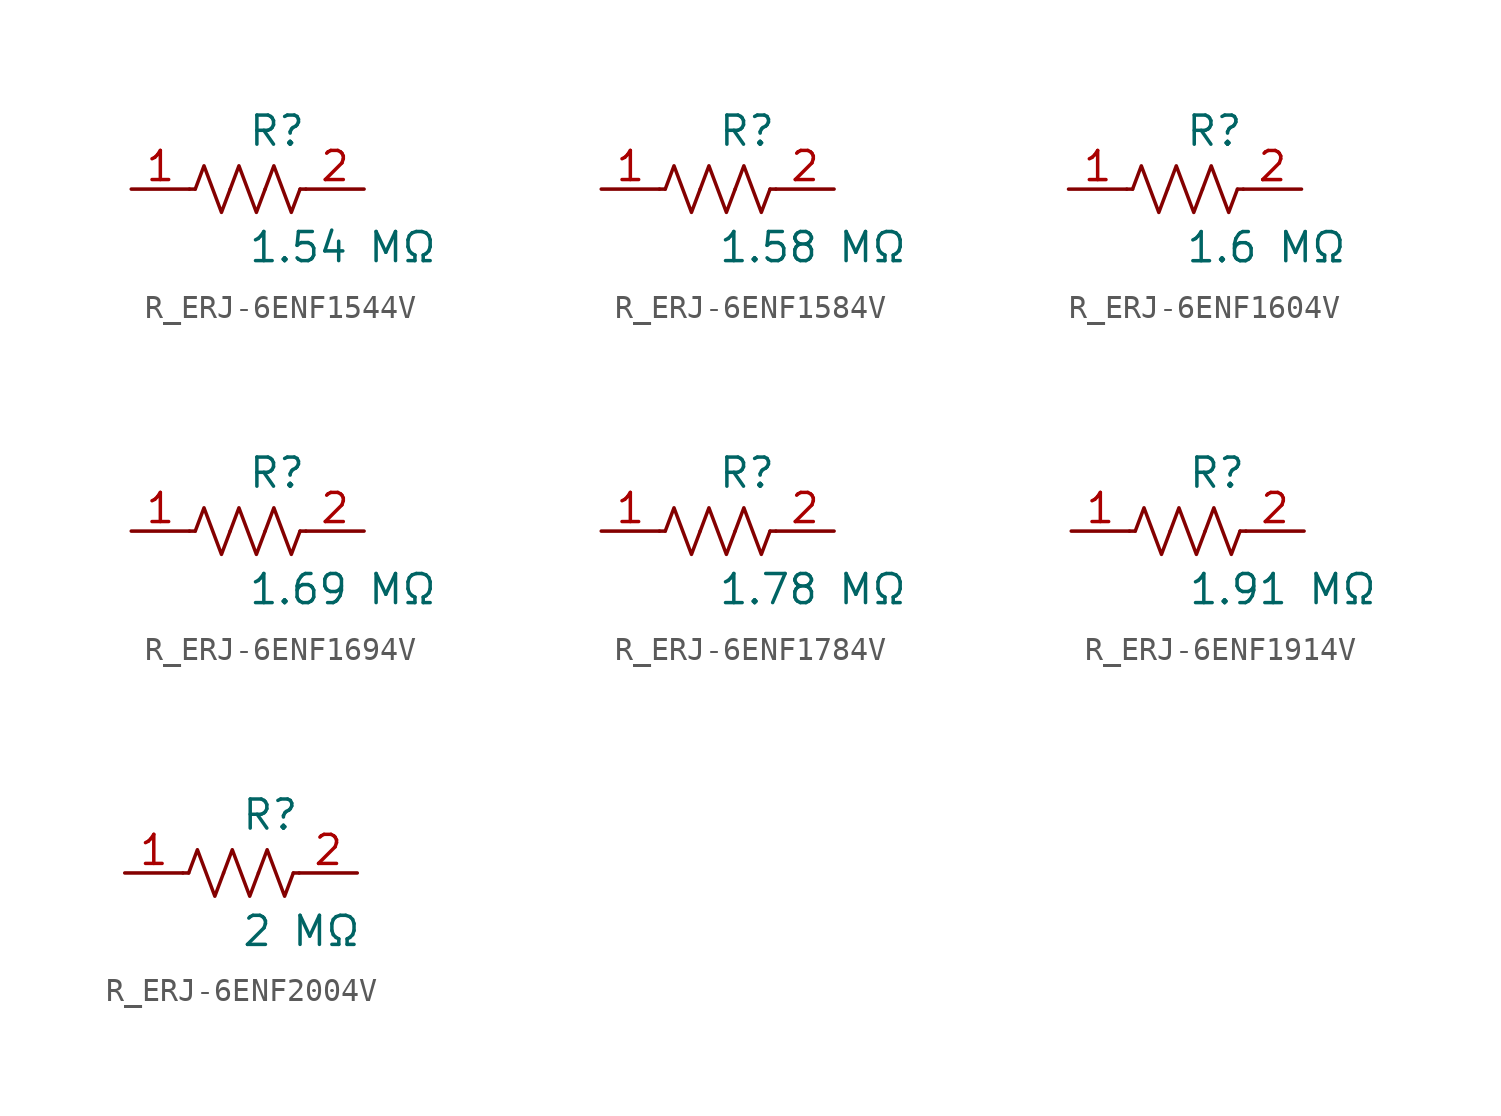
<source format=kicad_sym>
(kicad_symbol_lib
  (version 20231120)
  (generator kicad_symbol_editor)
  (generator_version 8.0)
  (symbol "R_ERJ-6ENF1544V"
    (pin_names
      (offset 0.254))
    (property "Reference" "R"
      (at 0.0 2.54 0)
      (effects (font (size 1.27 1.27)) (justify left)))
    (property "Value" "1.54 MΩ"
      (at 0.0 -2.54 0)
      (effects (font (size 1.27 1.27)) (justify left)))
    (symbol "R_ERJ-6ENF1544V_0_1"
      (polyline (pts (xy 2.286 0) (xy 2.54 0)) (stroke (width 0) (type default)) (fill (type none)))
      (polyline (pts (xy -2.286 0) (xy -2.54 0)) (stroke (width 0) (type default)) (fill (type none)))
      (polyline (pts (xy 0.762 0) (xy 1.143 1.016) (xy 1.524 0) (xy 1.905 -1.016) (xy 2.286 0)) (stroke (width 0) (type default)) (fill (type none)))
      (polyline (pts (xy -0.762 0) (xy -0.381 1.016) (xy 0 0) (xy 0.381 -1.016) (xy 0.762 0)) (stroke (width 0) (type default)) (fill (type none)))
      (polyline (pts (xy -2.286 0) (xy -1.905 1.016) (xy -1.524 0) (xy -1.143 -1.016) (xy -0.762 0)) (stroke (width 0) (type default)) (fill (type none))))
    (pin unspecified line
      (at -5.08 0 0)
      (length 2.54)
      (name "" (effects (font (size 1.27 1.27))))
      (number "1" (effects (font (size 1.27 1.27)))))
    (pin unspecified line
      (at 5.08 0 180)
      (length 2.54)
      (name "" (effects (font (size 1.27 1.27))))
      (number "2" (effects (font (size 1.27 1.27))))))
  (symbol "R_ERJ-6ENF1584V"
    (pin_names
      (offset 0.254))
    (property "Reference" "R"
      (at 0.0 2.54 0)
      (effects (font (size 1.27 1.27)) (justify left)))
    (property "Value" "1.58 MΩ"
      (at 0.0 -2.54 0)
      (effects (font (size 1.27 1.27)) (justify left)))
    (symbol "R_ERJ-6ENF1584V_0_1"
      (polyline (pts (xy 2.286 0) (xy 2.54 0)) (stroke (width 0) (type default)) (fill (type none)))
      (polyline (pts (xy -2.286 0) (xy -2.54 0)) (stroke (width 0) (type default)) (fill (type none)))
      (polyline (pts (xy 0.762 0) (xy 1.143 1.016) (xy 1.524 0) (xy 1.905 -1.016) (xy 2.286 0)) (stroke (width 0) (type default)) (fill (type none)))
      (polyline (pts (xy -0.762 0) (xy -0.381 1.016) (xy 0 0) (xy 0.381 -1.016) (xy 0.762 0)) (stroke (width 0) (type default)) (fill (type none)))
      (polyline (pts (xy -2.286 0) (xy -1.905 1.016) (xy -1.524 0) (xy -1.143 -1.016) (xy -0.762 0)) (stroke (width 0) (type default)) (fill (type none))))
    (pin unspecified line
      (at -5.08 0 0)
      (length 2.54)
      (name "" (effects (font (size 1.27 1.27))))
      (number "1" (effects (font (size 1.27 1.27)))))
    (pin unspecified line
      (at 5.08 0 180)
      (length 2.54)
      (name "" (effects (font (size 1.27 1.27))))
      (number "2" (effects (font (size 1.27 1.27))))))
  (symbol "R_ERJ-6ENF1604V"
    (pin_names
      (offset 0.254))
    (property "Reference" "R"
      (at 0.0 2.54 0)
      (effects (font (size 1.27 1.27)) (justify left)))
    (property "Value" "1.6 MΩ"
      (at 0.0 -2.54 0)
      (effects (font (size 1.27 1.27)) (justify left)))
    (symbol "R_ERJ-6ENF1604V_0_1"
      (polyline (pts (xy 2.286 0) (xy 2.54 0)) (stroke (width 0) (type default)) (fill (type none)))
      (polyline (pts (xy -2.286 0) (xy -2.54 0)) (stroke (width 0) (type default)) (fill (type none)))
      (polyline (pts (xy 0.762 0) (xy 1.143 1.016) (xy 1.524 0) (xy 1.905 -1.016) (xy 2.286 0)) (stroke (width 0) (type default)) (fill (type none)))
      (polyline (pts (xy -0.762 0) (xy -0.381 1.016) (xy 0 0) (xy 0.381 -1.016) (xy 0.762 0)) (stroke (width 0) (type default)) (fill (type none)))
      (polyline (pts (xy -2.286 0) (xy -1.905 1.016) (xy -1.524 0) (xy -1.143 -1.016) (xy -0.762 0)) (stroke (width 0) (type default)) (fill (type none))))
    (pin unspecified line
      (at -5.08 0 0)
      (length 2.54)
      (name "" (effects (font (size 1.27 1.27))))
      (number "1" (effects (font (size 1.27 1.27)))))
    (pin unspecified line
      (at 5.08 0 180)
      (length 2.54)
      (name "" (effects (font (size 1.27 1.27))))
      (number "2" (effects (font (size 1.27 1.27))))))
  (symbol "R_ERJ-6ENF1694V"
    (pin_names
      (offset 0.254))
    (property "Reference" "R"
      (at 0.0 2.54 0)
      (effects (font (size 1.27 1.27)) (justify left)))
    (property "Value" "1.69 MΩ"
      (at 0.0 -2.54 0)
      (effects (font (size 1.27 1.27)) (justify left)))
    (symbol "R_ERJ-6ENF1694V_0_1"
      (polyline (pts (xy 2.286 0) (xy 2.54 0)) (stroke (width 0) (type default)) (fill (type none)))
      (polyline (pts (xy -2.286 0) (xy -2.54 0)) (stroke (width 0) (type default)) (fill (type none)))
      (polyline (pts (xy 0.762 0) (xy 1.143 1.016) (xy 1.524 0) (xy 1.905 -1.016) (xy 2.286 0)) (stroke (width 0) (type default)) (fill (type none)))
      (polyline (pts (xy -0.762 0) (xy -0.381 1.016) (xy 0 0) (xy 0.381 -1.016) (xy 0.762 0)) (stroke (width 0) (type default)) (fill (type none)))
      (polyline (pts (xy -2.286 0) (xy -1.905 1.016) (xy -1.524 0) (xy -1.143 -1.016) (xy -0.762 0)) (stroke (width 0) (type default)) (fill (type none))))
    (pin unspecified line
      (at -5.08 0 0)
      (length 2.54)
      (name "" (effects (font (size 1.27 1.27))))
      (number "1" (effects (font (size 1.27 1.27)))))
    (pin unspecified line
      (at 5.08 0 180)
      (length 2.54)
      (name "" (effects (font (size 1.27 1.27))))
      (number "2" (effects (font (size 1.27 1.27))))))
  (symbol "R_ERJ-6ENF1784V"
    (pin_names
      (offset 0.254))
    (property "Reference" "R"
      (at 0.0 2.54 0)
      (effects (font (size 1.27 1.27)) (justify left)))
    (property "Value" "1.78 MΩ"
      (at 0.0 -2.54 0)
      (effects (font (size 1.27 1.27)) (justify left)))
    (symbol "R_ERJ-6ENF1784V_0_1"
      (polyline (pts (xy 2.286 0) (xy 2.54 0)) (stroke (width 0) (type default)) (fill (type none)))
      (polyline (pts (xy -2.286 0) (xy -2.54 0)) (stroke (width 0) (type default)) (fill (type none)))
      (polyline (pts (xy 0.762 0) (xy 1.143 1.016) (xy 1.524 0) (xy 1.905 -1.016) (xy 2.286 0)) (stroke (width 0) (type default)) (fill (type none)))
      (polyline (pts (xy -0.762 0) (xy -0.381 1.016) (xy 0 0) (xy 0.381 -1.016) (xy 0.762 0)) (stroke (width 0) (type default)) (fill (type none)))
      (polyline (pts (xy -2.286 0) (xy -1.905 1.016) (xy -1.524 0) (xy -1.143 -1.016) (xy -0.762 0)) (stroke (width 0) (type default)) (fill (type none))))
    (pin unspecified line
      (at -5.08 0 0)
      (length 2.54)
      (name "" (effects (font (size 1.27 1.27))))
      (number "1" (effects (font (size 1.27 1.27)))))
    (pin unspecified line
      (at 5.08 0 180)
      (length 2.54)
      (name "" (effects (font (size 1.27 1.27))))
      (number "2" (effects (font (size 1.27 1.27))))))
  (symbol "R_ERJ-6ENF1914V"
    (pin_names
      (offset 0.254))
    (property "Reference" "R"
      (at 0.0 2.54 0)
      (effects (font (size 1.27 1.27)) (justify left)))
    (property "Value" "1.91 MΩ"
      (at 0.0 -2.54 0)
      (effects (font (size 1.27 1.27)) (justify left)))
    (symbol "R_ERJ-6ENF1914V_0_1"
      (polyline (pts (xy 2.286 0) (xy 2.54 0)) (stroke (width 0) (type default)) (fill (type none)))
      (polyline (pts (xy -2.286 0) (xy -2.54 0)) (stroke (width 0) (type default)) (fill (type none)))
      (polyline (pts (xy 0.762 0) (xy 1.143 1.016) (xy 1.524 0) (xy 1.905 -1.016) (xy 2.286 0)) (stroke (width 0) (type default)) (fill (type none)))
      (polyline (pts (xy -0.762 0) (xy -0.381 1.016) (xy 0 0) (xy 0.381 -1.016) (xy 0.762 0)) (stroke (width 0) (type default)) (fill (type none)))
      (polyline (pts (xy -2.286 0) (xy -1.905 1.016) (xy -1.524 0) (xy -1.143 -1.016) (xy -0.762 0)) (stroke (width 0) (type default)) (fill (type none))))
    (pin unspecified line
      (at -5.08 0 0)
      (length 2.54)
      (name "" (effects (font (size 1.27 1.27))))
      (number "1" (effects (font (size 1.27 1.27)))))
    (pin unspecified line
      (at 5.08 0 180)
      (length 2.54)
      (name "" (effects (font (size 1.27 1.27))))
      (number "2" (effects (font (size 1.27 1.27))))))
  (symbol "R_ERJ-6ENF2004V"
    (pin_names
      (offset 0.254))
    (property "Reference" "R"
      (at 0.0 2.54 0)
      (effects (font (size 1.27 1.27)) (justify left)))
    (property "Value" "2 MΩ"
      (at 0.0 -2.54 0)
      (effects (font (size 1.27 1.27)) (justify left)))
    (symbol "R_ERJ-6ENF2004V_0_1"
      (polyline (pts (xy 2.286 0) (xy 2.54 0)) (stroke (width 0) (type default)) (fill (type none)))
      (polyline (pts (xy -2.286 0) (xy -2.54 0)) (stroke (width 0) (type default)) (fill (type none)))
      (polyline (pts (xy 0.762 0) (xy 1.143 1.016) (xy 1.524 0) (xy 1.905 -1.016) (xy 2.286 0)) (stroke (width 0) (type default)) (fill (type none)))
      (polyline (pts (xy -0.762 0) (xy -0.381 1.016) (xy 0 0) (xy 0.381 -1.016) (xy 0.762 0)) (stroke (width 0) (type default)) (fill (type none)))
      (polyline (pts (xy -2.286 0) (xy -1.905 1.016) (xy -1.524 0) (xy -1.143 -1.016) (xy -0.762 0)) (stroke (width 0) (type default)) (fill (type none))))
    (pin unspecified line
      (at -5.08 0 0)
      (length 2.54)
      (name "" (effects (font (size 1.27 1.27))))
      (number "1" (effects (font (size 1.27 1.27)))))
    (pin unspecified line
      (at 5.08 0 180)
      (length 2.54)
      (name "" (effects (font (size 1.27 1.27))))
      (number "2" (effects (font (size 1.27 1.27)))))))
</source>
